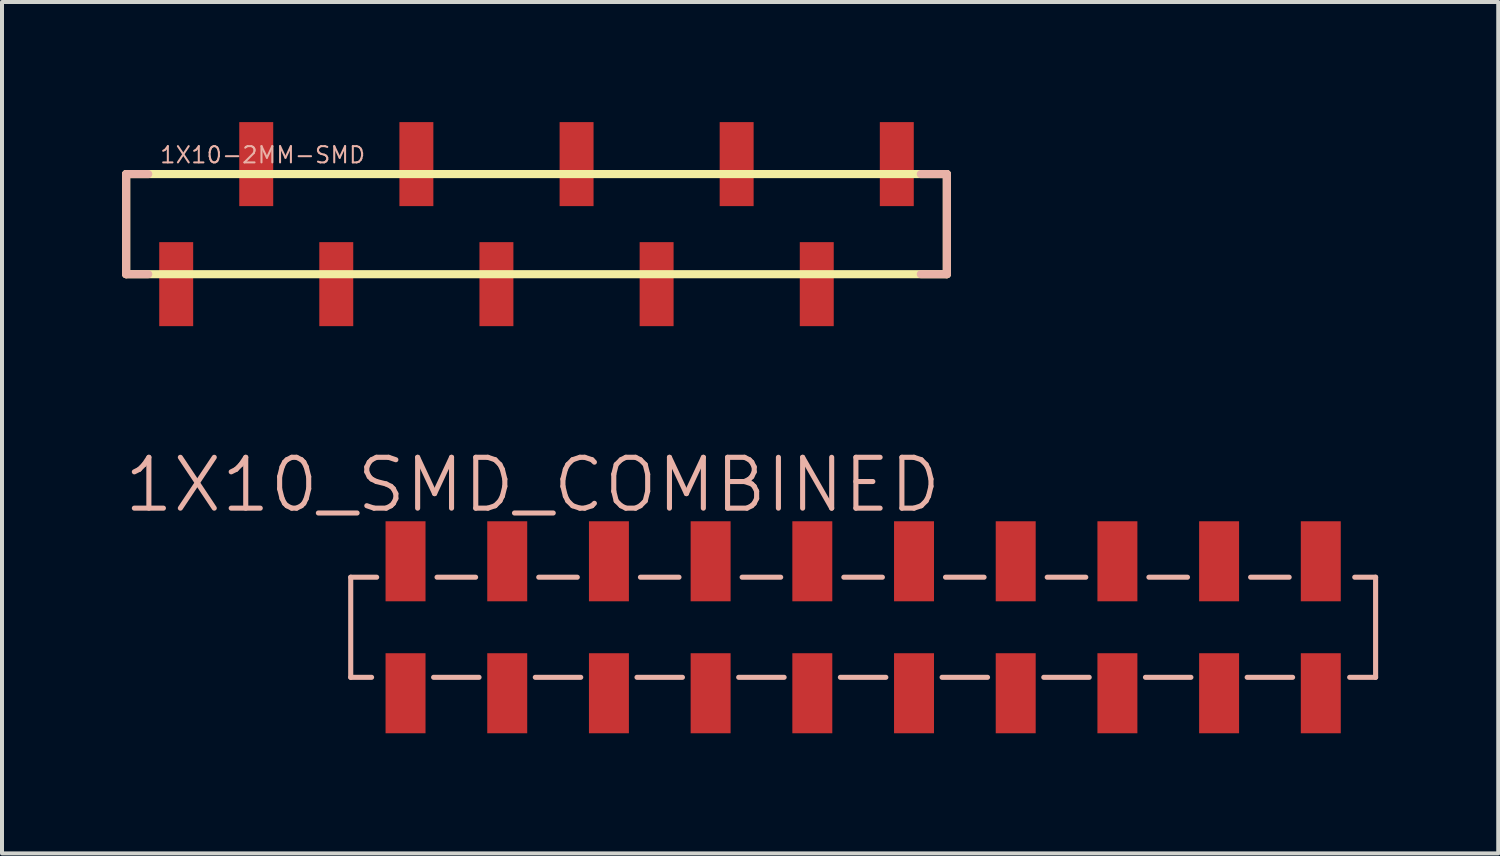
<source format=kicad_pcb>
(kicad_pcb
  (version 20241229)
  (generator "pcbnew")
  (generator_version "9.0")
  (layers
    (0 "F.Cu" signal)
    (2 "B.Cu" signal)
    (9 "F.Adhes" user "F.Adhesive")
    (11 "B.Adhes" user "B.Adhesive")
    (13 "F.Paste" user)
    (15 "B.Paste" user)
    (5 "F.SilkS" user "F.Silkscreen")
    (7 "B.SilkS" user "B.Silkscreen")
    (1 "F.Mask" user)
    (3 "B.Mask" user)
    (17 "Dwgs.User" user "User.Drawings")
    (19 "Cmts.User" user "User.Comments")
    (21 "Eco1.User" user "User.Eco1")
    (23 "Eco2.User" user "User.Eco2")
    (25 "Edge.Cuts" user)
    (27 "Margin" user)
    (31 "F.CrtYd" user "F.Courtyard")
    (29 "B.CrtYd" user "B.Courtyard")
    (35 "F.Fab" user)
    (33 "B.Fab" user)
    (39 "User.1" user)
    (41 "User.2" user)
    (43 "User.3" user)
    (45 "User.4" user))
  (footprint "1X10-2MM-SMD"
    (layer "F.Cu")
    (at 1.351 2.548)
    (property "Reference" "1X10-2MM-SMD" (at 2.159 -1.727 0) (layer "B.SilkS") (effects (font (size 0.406 0.406) (thickness 0.051))))
    (attr smd)
    (fp_line (start -1.25 -1.25) (end -1.25 1.25) (stroke (width 0.203) (type solid)) (layer "F.SilkS"))
    (fp_line (start -1.25 -1.25) (end 19.248 -1.25) (stroke (width 0.203) (type solid)) (layer "F.SilkS"))
    (fp_line (start 19.248 -1.25) (end 19.248 1.25) (stroke (width 0.203) (type solid)) (layer "F.SilkS"))
    (fp_line (start 19.248 1.25) (end -1.25 1.25) (stroke (width 0.203) (type solid)) (layer "F.SilkS"))
    (fp_line (start -1.25 -1.25) (end -1.25 1.25) (stroke (width 0.203) (type solid)) (layer "B.SilkS"))
    (fp_line (start -1.25 -1.25) (end -0.699 -1.25) (stroke (width 0.203) (type solid)) (layer "B.SilkS"))
    (fp_line (start -1.25 1.25) (end -0.699 1.25) (stroke (width 0.203) (type solid)) (layer "B.SilkS"))
    (fp_line (start 18.598 1.25) (end 19.248 1.25) (stroke (width 0.203) (type solid)) (layer "B.SilkS"))
    (fp_line (start 19.248 -1.25) (end 18.598 -1.25) (stroke (width 0.203) (type solid)) (layer "B.SilkS"))
    (fp_line (start 19.248 1.25) (end 19.248 -1.25) (stroke (width 0.203) (type solid)) (layer "B.SilkS"))
    (pad "1" smd rect (at 0 1.499) (size 0.848 2.098) (layers "F.Cu" "F.Mask" "F.Paste"))
    (pad "2" smd rect (at 1.999 -1.499) (size 0.848 2.098) (layers "F.Cu" "F.Mask" "F.Paste"))
    (pad "3" smd rect (at 3.998 1.499) (size 0.848 2.098) (layers "F.Cu" "F.Mask" "F.Paste"))
    (pad "4" smd rect (at 5.999 -1.499) (size 0.848 2.098) (layers "F.Cu" "F.Mask" "F.Paste"))
    (pad "5" smd rect (at 7.998 1.499) (size 0.848 2.098) (layers "F.Cu" "F.Mask" "F.Paste"))
    (pad "6" smd rect (at 10 -1.499) (size 0.848 2.098) (layers "F.Cu" "F.Mask" "F.Paste"))
    (pad "7" smd rect (at 11.999 1.499) (size 0.848 2.098) (layers "F.Cu" "F.Mask" "F.Paste"))
    (pad "8" smd rect (at 13.998 -1.499) (size 0.848 2.098) (layers "F.Cu" "F.Mask" "F.Paste"))
    (pad "9" smd rect (at 15.999 1.499) (size 0.848 2.098) (layers "F.Cu" "F.Mask" "F.Paste"))
    (pad "10" smd rect (at 17.998 -1.499) (size 0.848 2.098) (layers "F.Cu" "F.Mask" "F.Paste")))
  (footprint "1X10_SMD_COMBINED"
    (layer "F.Cu")
    (at 7.079 12.617)
    (property "Reference" "1X10_SMD_COMBINED" (at 3.175 -3.556 0) (layer "B.SilkS") (effects (font (size 1.27 1.27) (thickness 0.127))))
    (attr smd)
    (fp_line (start -1.369 -1.25) (end -0.721 -1.25) (stroke (width 0.127) (type solid)) (layer "B.SilkS"))
    (fp_line (start -1.369 1.25) (end -1.369 -1.25) (stroke (width 0.127) (type solid)) (layer "B.SilkS"))
    (fp_line (start -0.848 1.25) (end -1.369 1.25) (stroke (width 0.127) (type solid)) (layer "B.SilkS"))
    (fp_line (start 0.787 -1.25) (end 1.75 -1.25) (stroke (width 0.127) (type solid)) (layer "B.SilkS"))
    (fp_line (start 1.836 1.25) (end 0.701 1.25) (stroke (width 0.127) (type solid)) (layer "B.SilkS"))
    (fp_line (start 3.327 -1.25) (end 4.29 -1.25) (stroke (width 0.127) (type solid)) (layer "B.SilkS"))
    (fp_line (start 4.376 1.25) (end 3.241 1.25) (stroke (width 0.127) (type solid)) (layer "B.SilkS"))
    (fp_line (start 5.867 -1.25) (end 6.83 -1.25) (stroke (width 0.127) (type solid)) (layer "B.SilkS"))
    (fp_line (start 6.916 1.25) (end 5.781 1.25) (stroke (width 0.127) (type solid)) (layer "B.SilkS"))
    (fp_line (start 8.407 -1.25) (end 9.37 -1.25) (stroke (width 0.127) (type solid)) (layer "B.SilkS"))
    (fp_line (start 9.456 1.25) (end 8.321 1.25) (stroke (width 0.127) (type solid)) (layer "B.SilkS"))
    (fp_line (start 10.947 -1.25) (end 11.91 -1.25) (stroke (width 0.127) (type solid)) (layer "B.SilkS"))
    (fp_line (start 11.996 1.25) (end 10.861 1.25) (stroke (width 0.127) (type solid)) (layer "B.SilkS"))
    (fp_line (start 13.487 -1.25) (end 14.45 -1.25) (stroke (width 0.127) (type solid)) (layer "B.SilkS"))
    (fp_line (start 14.536 1.25) (end 13.401 1.25) (stroke (width 0.127) (type solid)) (layer "B.SilkS"))
    (fp_line (start 16.027 -1.25) (end 16.99 -1.25) (stroke (width 0.127) (type solid)) (layer "B.SilkS"))
    (fp_line (start 17.076 1.25) (end 15.941 1.25) (stroke (width 0.127) (type solid)) (layer "B.SilkS"))
    (fp_line (start 18.567 -1.25) (end 19.53 -1.25) (stroke (width 0.127) (type solid)) (layer "B.SilkS"))
    (fp_line (start 19.616 1.25) (end 18.481 1.25) (stroke (width 0.127) (type solid)) (layer "B.SilkS"))
    (fp_line (start 21.107 -1.25) (end 22.07 -1.25) (stroke (width 0.127) (type solid)) (layer "B.SilkS"))
    (fp_line (start 22.156 1.25) (end 21.021 1.25) (stroke (width 0.127) (type solid)) (layer "B.SilkS"))
    (fp_line (start 23.708 -1.25) (end 24.229 -1.25) (stroke (width 0.127) (type solid)) (layer "B.SilkS"))
    (fp_line (start 24.229 -1.25) (end 24.229 1.25) (stroke (width 0.127) (type solid)) (layer "B.SilkS"))
    (fp_line (start 24.229 1.25) (end 23.581 1.25) (stroke (width 0.127) (type solid)) (layer "B.SilkS"))
    (pad "1A" smd rect (at 0 -1.648 90) (size 1.999 0.998) (layers "F.Cu" "F.Mask" "F.Paste"))
    (pad "1B" smd rect (at 0 1.648 270) (size 1.999 0.998) (layers "F.Cu" "F.Mask" "F.Paste"))
    (pad "2A" smd rect (at 2.54 -1.648 270) (size 1.999 0.998) (layers "F.Cu" "F.Mask" "F.Paste"))
    (pad "2B" smd rect (at 2.54 1.648 90) (size 1.999 0.998) (layers "F.Cu" "F.Mask" "F.Paste"))
    (pad "3A" smd rect (at 5.08 -1.648 90) (size 1.999 0.998) (layers "F.Cu" "F.Mask" "F.Paste"))
    (pad "3B" smd rect (at 5.08 1.648 270) (size 1.999 0.998) (layers "F.Cu" "F.Mask" "F.Paste"))
    (pad "4A" smd rect (at 7.62 -1.648 270) (size 1.999 0.998) (layers "F.Cu" "F.Mask" "F.Paste"))
    (pad "4B" smd rect (at 7.62 1.648 90) (size 1.999 0.998) (layers "F.Cu" "F.Mask" "F.Paste"))
    (pad "5A" smd rect (at 10.16 -1.648 90) (size 1.999 0.998) (layers "F.Cu" "F.Mask" "F.Paste"))
    (pad "5B" smd rect (at 10.16 1.648 270) (size 1.999 0.998) (layers "F.Cu" "F.Mask" "F.Paste"))
    (pad "6A" smd rect (at 12.7 -1.648 270) (size 1.999 0.998) (layers "F.Cu" "F.Mask" "F.Paste"))
    (pad "6B" smd rect (at 12.7 1.648 90) (size 1.999 0.998) (layers "F.Cu" "F.Mask" "F.Paste"))
    (pad "7A" smd rect (at 15.24 -1.648 90) (size 1.999 0.998) (layers "F.Cu" "F.Mask" "F.Paste"))
    (pad "7B" smd rect (at 15.24 1.648 270) (size 1.999 0.998) (layers "F.Cu" "F.Mask" "F.Paste"))
    (pad "8A" smd rect (at 17.78 -1.648 270) (size 1.999 0.998) (layers "F.Cu" "F.Mask" "F.Paste"))
    (pad "8B" smd rect (at 17.78 1.648 270) (size 1.999 0.998) (layers "F.Cu" "F.Mask" "F.Paste"))
    (pad "9A" smd rect (at 20.32 -1.648 270) (size 1.999 0.998) (layers "F.Cu" "F.Mask" "F.Paste"))
    (pad "9B" smd rect (at 20.32 1.648 270) (size 1.999 0.998) (layers "F.Cu" "F.Mask" "F.Paste"))
    (pad "10A" smd rect (at 22.86 -1.648 270) (size 1.999 0.998) (layers "F.Cu" "F.Mask" "F.Paste"))
    (pad "10B" smd rect (at 22.86 1.648 270) (size 1.999 0.998) (layers "F.Cu" "F.Mask" "F.Paste")))
  (gr_rect
    (start -3 -3)
    (end 34.371 18.265)
    (stroke (width 0.1) (type default))
    (fill no)
    (layer "Edge.Cuts")))
</source>
